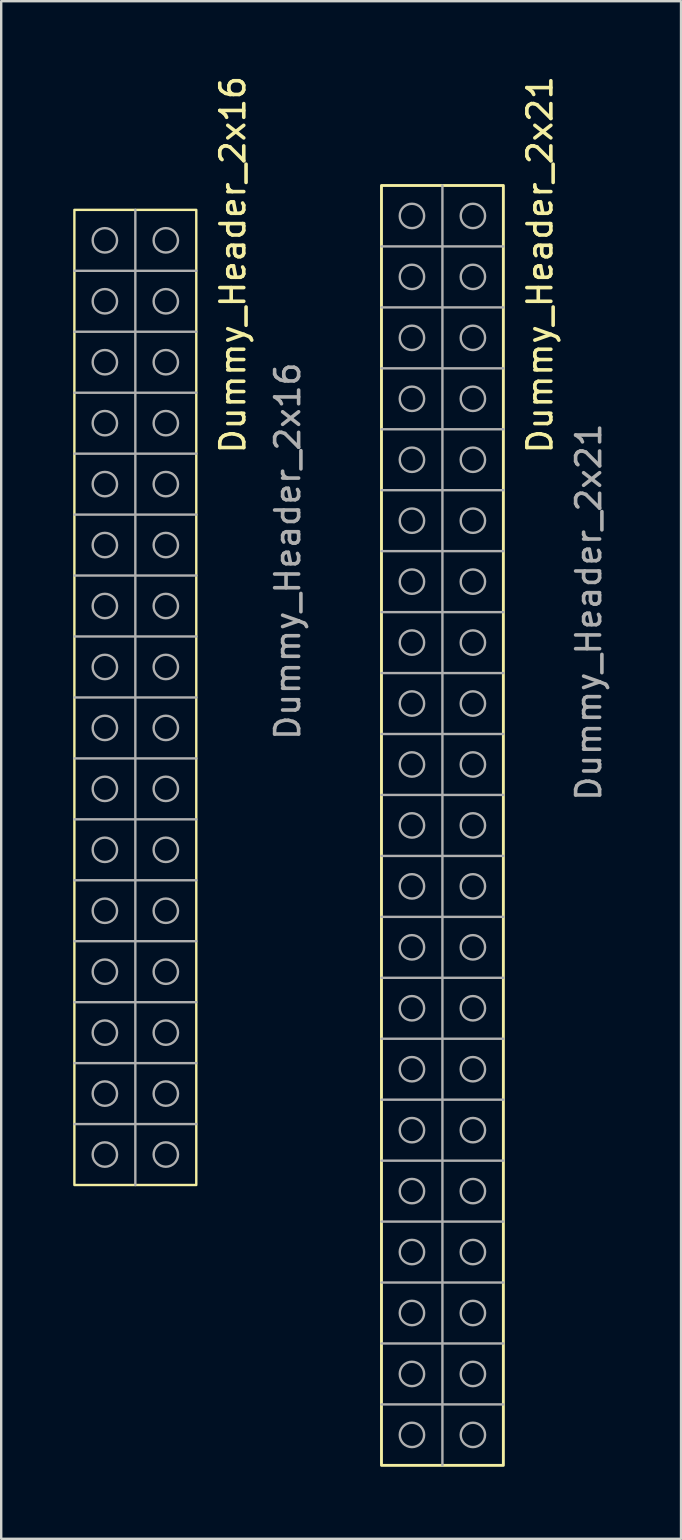
<source format=kicad_pcb>
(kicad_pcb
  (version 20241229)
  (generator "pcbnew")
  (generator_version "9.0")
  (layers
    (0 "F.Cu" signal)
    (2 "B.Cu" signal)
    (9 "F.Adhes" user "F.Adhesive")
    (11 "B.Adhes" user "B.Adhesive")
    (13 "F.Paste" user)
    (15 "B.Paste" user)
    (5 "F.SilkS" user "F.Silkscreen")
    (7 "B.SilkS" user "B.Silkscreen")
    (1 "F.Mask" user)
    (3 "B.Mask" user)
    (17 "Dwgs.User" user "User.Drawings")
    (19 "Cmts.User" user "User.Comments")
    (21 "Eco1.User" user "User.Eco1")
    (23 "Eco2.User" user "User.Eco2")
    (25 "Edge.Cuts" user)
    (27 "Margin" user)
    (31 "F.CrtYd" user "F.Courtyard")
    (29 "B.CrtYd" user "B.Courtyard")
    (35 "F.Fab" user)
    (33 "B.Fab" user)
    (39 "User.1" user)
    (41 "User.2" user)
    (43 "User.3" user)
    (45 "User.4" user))
  (footprint "Dummy_Header_2x16"
    (layer "F.Cu")
    (at 1.32 6.966)
    (property "Reference" "Dummy_Header_2x16" (at 5.334 1.016 90) (unlocked yes) (layer "F.SilkS") (effects (font (size 1 1) (thickness 0.15))))
    (attr through_hole)
    (fp_rect (start -1.27 -1.27) (end 3.81 39.37) (stroke (width 0.1) (type default)) (fill no) (layer "F.SilkS"))
    (fp_line (start -1.27 1.27) (end 3.81 1.27) (stroke (width 0.1) (type default)) (layer "F.Fab"))
    (fp_line (start -1.27 3.81) (end 3.81 3.81) (stroke (width 0.1) (type default)) (layer "F.Fab"))
    (fp_line (start -1.27 6.35) (end 3.81 6.35) (stroke (width 0.1) (type default)) (layer "F.Fab"))
    (fp_line (start -1.27 8.89) (end 3.81 8.89) (stroke (width 0.1) (type default)) (layer "F.Fab"))
    (fp_line (start -1.27 11.43) (end 3.81 11.43) (stroke (width 0.1) (type default)) (layer "F.Fab"))
    (fp_line (start -1.27 13.97) (end 3.81 13.97) (stroke (width 0.1) (type default)) (layer "F.Fab"))
    (fp_line (start -1.27 16.51) (end 3.81 16.51) (stroke (width 0.1) (type default)) (layer "F.Fab"))
    (fp_line (start -1.27 19.05) (end 3.81 19.05) (stroke (width 0.1) (type default)) (layer "F.Fab"))
    (fp_line (start -1.27 21.59) (end 3.81 21.59) (stroke (width 0.1) (type default)) (layer "F.Fab"))
    (fp_line (start -1.27 24.13) (end 3.81 24.13) (stroke (width 0.1) (type default)) (layer "F.Fab"))
    (fp_line (start -1.27 26.67) (end 3.81 26.67) (stroke (width 0.1) (type default)) (layer "F.Fab"))
    (fp_line (start -1.27 29.21) (end 3.81 29.21) (stroke (width 0.1) (type default)) (layer "F.Fab"))
    (fp_line (start -1.27 31.75) (end 3.81 31.75) (stroke (width 0.1) (type default)) (layer "F.Fab"))
    (fp_line (start -1.27 34.29) (end 3.81 34.29) (stroke (width 0.1) (type default)) (layer "F.Fab"))
    (fp_line (start -1.27 36.83) (end 3.81 36.83) (stroke (width 0.1) (type default)) (layer "F.Fab"))
    (fp_line (start 1.27 -1.27) (end 1.27 39.37) (stroke (width 0.1) (type default)) (layer "F.Fab"))
    (fp_circle (center 0 0) (end 0.508 0) (stroke (width 0.1) (type default)) (fill no) (layer "F.Fab"))
    (fp_circle (center 0 2.54) (end 0.508 2.54) (stroke (width 0.1) (type default)) (fill no) (layer "F.Fab"))
    (fp_circle (center 0 5.08) (end 0.508 5.08) (stroke (width 0.1) (type default)) (fill no) (layer "F.Fab"))
    (fp_circle (center 0 7.62) (end 0.508 7.62) (stroke (width 0.1) (type default)) (fill no) (layer "F.Fab"))
    (fp_circle (center 0 10.16) (end 0.508 10.16) (stroke (width 0.1) (type default)) (fill no) (layer "F.Fab"))
    (fp_circle (center 0 12.7) (end 0.508 12.7) (stroke (width 0.1) (type default)) (fill no) (layer "F.Fab"))
    (fp_circle (center 0 15.24) (end 0.508 15.24) (stroke (width 0.1) (type default)) (fill no) (layer "F.Fab"))
    (fp_circle (center 0 17.78) (end 0.508 17.78) (stroke (width 0.1) (type default)) (fill no) (layer "F.Fab"))
    (fp_circle (center 0 20.32) (end 0.508 20.32) (stroke (width 0.1) (type default)) (fill no) (layer "F.Fab"))
    (fp_circle (center 0 22.86) (end 0.508 22.86) (stroke (width 0.1) (type default)) (fill no) (layer "F.Fab"))
    (fp_circle (center 0 25.4) (end 0.508 25.4) (stroke (width 0.1) (type default)) (fill no) (layer "F.Fab"))
    (fp_circle (center 0 27.94) (end 0.508 27.94) (stroke (width 0.1) (type default)) (fill no) (layer "F.Fab"))
    (fp_circle (center 0 30.48) (end 0.508 30.48) (stroke (width 0.1) (type default)) (fill no) (layer "F.Fab"))
    (fp_circle (center 0 33.02) (end 0.508 33.02) (stroke (width 0.1) (type default)) (fill no) (layer "F.Fab"))
    (fp_circle (center 0 35.56) (end 0.508 35.56) (stroke (width 0.1) (type default)) (fill no) (layer "F.Fab"))
    (fp_circle (center 0 38.1) (end 0.508 38.1) (stroke (width 0.1) (type default)) (fill no) (layer "F.Fab"))
    (fp_circle (center 2.54 0) (end 3.048 0) (stroke (width 0.1) (type default)) (fill no) (layer "F.Fab"))
    (fp_circle (center 2.54 2.54) (end 3.048 2.54) (stroke (width 0.1) (type default)) (fill no) (layer "F.Fab"))
    (fp_circle (center 2.54 5.08) (end 3.048 5.08) (stroke (width 0.1) (type default)) (fill no) (layer "F.Fab"))
    (fp_circle (center 2.54 7.62) (end 3.048 7.62) (stroke (width 0.1) (type default)) (fill no) (layer "F.Fab"))
    (fp_circle (center 2.54 10.16) (end 3.048 10.16) (stroke (width 0.1) (type default)) (fill no) (layer "F.Fab"))
    (fp_circle (center 2.54 12.7) (end 3.048 12.7) (stroke (width 0.1) (type default)) (fill no) (layer "F.Fab"))
    (fp_circle (center 2.54 15.24) (end 3.048 15.24) (stroke (width 0.1) (type default)) (fill no) (layer "F.Fab"))
    (fp_circle (center 2.54 17.78) (end 3.048 17.78) (stroke (width 0.1) (type default)) (fill no) (layer "F.Fab"))
    (fp_circle (center 2.54 20.32) (end 3.048 20.32) (stroke (width 0.1) (type default)) (fill no) (layer "F.Fab"))
    (fp_circle (center 2.54 22.86) (end 3.048 22.86) (stroke (width 0.1) (type default)) (fill no) (layer "F.Fab"))
    (fp_circle (center 2.54 25.4) (end 3.048 25.4) (stroke (width 0.1) (type default)) (fill no) (layer "F.Fab"))
    (fp_circle (center 2.54 27.94) (end 3.048 27.94) (stroke (width 0.1) (type default)) (fill no) (layer "F.Fab"))
    (fp_circle (center 2.54 30.48) (end 3.048 30.48) (stroke (width 0.1) (type default)) (fill no) (layer "F.Fab"))
    (fp_circle (center 2.54 33.02) (end 3.048 33.02) (stroke (width 0.1) (type default)) (fill no) (layer "F.Fab"))
    (fp_circle (center 2.54 35.56) (end 3.048 35.56) (stroke (width 0.1) (type default)) (fill no) (layer "F.Fab"))
    (fp_circle (center 2.54 38.1) (end 3.048 38.1) (stroke (width 0.1) (type default)) (fill no) (layer "F.Fab"))
    (fp_text user "${REFERENCE}" (at 7.62 12.954 90) (unlocked yes) (layer "F.Fab") (effects (font (size 1 1) (thickness 0.15)))))
  (footprint "Dummy_Header_2x21"
    (layer "F.Cu")
    (at 14.118 5.95)
    (property "Reference" "Dummy_Header_2x21" (at 5.334 2.032 90) (unlocked yes) (layer "F.SilkS") (effects (font (size 1 1) (thickness 0.15))))
    (attr through_hole)
    (fp_rect (start -1.27 -1.27) (end 3.81 52.07) (stroke (width 0.12) (type default)) (fill no) (layer "F.SilkS"))
    (fp_line (start -1.27 1.27) (end 3.81 1.27) (stroke (width 0.1) (type default)) (layer "F.Fab"))
    (fp_line (start -1.27 3.81) (end 3.81 3.81) (stroke (width 0.1) (type default)) (layer "F.Fab"))
    (fp_line (start -1.27 6.35) (end 3.81 6.35) (stroke (width 0.1) (type default)) (layer "F.Fab"))
    (fp_line (start -1.27 8.89) (end 3.81 8.89) (stroke (width 0.1) (type default)) (layer "F.Fab"))
    (fp_line (start -1.27 11.43) (end 3.81 11.43) (stroke (width 0.1) (type default)) (layer "F.Fab"))
    (fp_line (start -1.27 13.97) (end 3.81 13.97) (stroke (width 0.1) (type default)) (layer "F.Fab"))
    (fp_line (start -1.27 16.51) (end 3.81 16.51) (stroke (width 0.1) (type default)) (layer "F.Fab"))
    (fp_line (start -1.27 19.05) (end 3.81 19.05) (stroke (width 0.1) (type default)) (layer "F.Fab"))
    (fp_line (start -1.27 21.59) (end 3.81 21.59) (stroke (width 0.1) (type default)) (layer "F.Fab"))
    (fp_line (start -1.27 24.13) (end 3.81 24.13) (stroke (width 0.1) (type default)) (layer "F.Fab"))
    (fp_line (start -1.27 26.67) (end 3.81 26.67) (stroke (width 0.1) (type default)) (layer "F.Fab"))
    (fp_line (start -1.27 29.21) (end 3.81 29.21) (stroke (width 0.1) (type default)) (layer "F.Fab"))
    (fp_line (start -1.27 31.75) (end 3.81 31.75) (stroke (width 0.1) (type default)) (layer "F.Fab"))
    (fp_line (start -1.27 34.29) (end 3.81 34.29) (stroke (width 0.1) (type default)) (layer "F.Fab"))
    (fp_line (start -1.27 36.83) (end 3.81 36.83) (stroke (width 0.1) (type default)) (layer "F.Fab"))
    (fp_line (start -1.27 39.37) (end 3.81 39.37) (stroke (width 0.1) (type default)) (layer "F.Fab"))
    (fp_line (start -1.27 41.91) (end 3.81 41.91) (stroke (width 0.1) (type default)) (layer "F.Fab"))
    (fp_line (start -1.27 44.45) (end 3.81 44.45) (stroke (width 0.1) (type default)) (layer "F.Fab"))
    (fp_line (start -1.27 46.99) (end 3.81 46.99) (stroke (width 0.1) (type default)) (layer "F.Fab"))
    (fp_line (start -1.27 49.53) (end 3.81 49.53) (stroke (width 0.1) (type default)) (layer "F.Fab"))
    (fp_line (start 1.27 -1.27) (end 1.27 52.07) (stroke (width 0.1) (type default)) (layer "F.Fab"))
    (fp_circle (center 0 0) (end 0.508 0) (stroke (width 0.1) (type default)) (fill no) (layer "F.Fab"))
    (fp_circle (center 0 2.54) (end 0.508 2.54) (stroke (width 0.1) (type default)) (fill no) (layer "F.Fab"))
    (fp_circle (center 0 5.08) (end 0.508 5.08) (stroke (width 0.1) (type default)) (fill no) (layer "F.Fab"))
    (fp_circle (center 0 7.62) (end 0.508 7.62) (stroke (width 0.1) (type default)) (fill no) (layer "F.Fab"))
    (fp_circle (center 0 10.16) (end 0.508 10.16) (stroke (width 0.1) (type default)) (fill no) (layer "F.Fab"))
    (fp_circle (center 0 12.7) (end 0.508 12.7) (stroke (width 0.1) (type default)) (fill no) (layer "F.Fab"))
    (fp_circle (center 0 15.24) (end 0.508 15.24) (stroke (width 0.1) (type default)) (fill no) (layer "F.Fab"))
    (fp_circle (center 0 17.78) (end 0.508 17.78) (stroke (width 0.1) (type default)) (fill no) (layer "F.Fab"))
    (fp_circle (center 0 20.32) (end 0.508 20.32) (stroke (width 0.1) (type default)) (fill no) (layer "F.Fab"))
    (fp_circle (center 0 22.86) (end 0.508 22.86) (stroke (width 0.1) (type default)) (fill no) (layer "F.Fab"))
    (fp_circle (center 0 25.4) (end 0.508 25.4) (stroke (width 0.1) (type default)) (fill no) (layer "F.Fab"))
    (fp_circle (center 0 27.94) (end 0.508 27.94) (stroke (width 0.1) (type default)) (fill no) (layer "F.Fab"))
    (fp_circle (center 0 30.48) (end 0.508 30.48) (stroke (width 0.1) (type default)) (fill no) (layer "F.Fab"))
    (fp_circle (center 0 33.02) (end 0.508 33.02) (stroke (width 0.1) (type default)) (fill no) (layer "F.Fab"))
    (fp_circle (center 0 35.56) (end 0.508 35.56) (stroke (width 0.1) (type default)) (fill no) (layer "F.Fab"))
    (fp_circle (center 0 38.1) (end 0.508 38.1) (stroke (width 0.1) (type default)) (fill no) (layer "F.Fab"))
    (fp_circle (center 0 40.64) (end 0.508 40.64) (stroke (width 0.1) (type default)) (fill no) (layer "F.Fab"))
    (fp_circle (center 0 43.18) (end 0.508 43.18) (stroke (width 0.1) (type default)) (fill no) (layer "F.Fab"))
    (fp_circle (center 0 45.72) (end 0.508 45.72) (stroke (width 0.1) (type default)) (fill no) (layer "F.Fab"))
    (fp_circle (center 0 48.26) (end 0.508 48.26) (stroke (width 0.1) (type default)) (fill no) (layer "F.Fab"))
    (fp_circle (center 0 50.8) (end 0.508 50.8) (stroke (width 0.1) (type default)) (fill no) (layer "F.Fab"))
    (fp_circle (center 2.54 0) (end 3.048 0) (stroke (width 0.1) (type default)) (fill no) (layer "F.Fab"))
    (fp_circle (center 2.54 2.54) (end 3.048 2.54) (stroke (width 0.1) (type default)) (fill no) (layer "F.Fab"))
    (fp_circle (center 2.54 5.08) (end 3.048 5.08) (stroke (width 0.1) (type default)) (fill no) (layer "F.Fab"))
    (fp_circle (center 2.54 7.62) (end 3.048 7.62) (stroke (width 0.1) (type default)) (fill no) (layer "F.Fab"))
    (fp_circle (center 2.54 10.16) (end 3.048 10.16) (stroke (width 0.1) (type default)) (fill no) (layer "F.Fab"))
    (fp_circle (center 2.54 12.7) (end 3.048 12.7) (stroke (width 0.1) (type default)) (fill no) (layer "F.Fab"))
    (fp_circle (center 2.54 15.24) (end 3.048 15.24) (stroke (width 0.1) (type default)) (fill no) (layer "F.Fab"))
    (fp_circle (center 2.54 17.78) (end 3.048 17.78) (stroke (width 0.1) (type default)) (fill no) (layer "F.Fab"))
    (fp_circle (center 2.54 20.32) (end 3.048 20.32) (stroke (width 0.1) (type default)) (fill no) (layer "F.Fab"))
    (fp_circle (center 2.54 22.86) (end 3.048 22.86) (stroke (width 0.1) (type default)) (fill no) (layer "F.Fab"))
    (fp_circle (center 2.54 25.4) (end 3.048 25.4) (stroke (width 0.1) (type default)) (fill no) (layer "F.Fab"))
    (fp_circle (center 2.54 27.94) (end 3.048 27.94) (stroke (width 0.1) (type default)) (fill no) (layer "F.Fab"))
    (fp_circle (center 2.54 30.48) (end 3.048 30.48) (stroke (width 0.1) (type default)) (fill no) (layer "F.Fab"))
    (fp_circle (center 2.54 33.02) (end 3.048 33.02) (stroke (width 0.1) (type default)) (fill no) (layer "F.Fab"))
    (fp_circle (center 2.54 35.56) (end 3.048 35.56) (stroke (width 0.1) (type default)) (fill no) (layer "F.Fab"))
    (fp_circle (center 2.54 38.1) (end 3.048 38.1) (stroke (width 0.1) (type default)) (fill no) (layer "F.Fab"))
    (fp_circle (center 2.54 40.64) (end 3.048 40.64) (stroke (width 0.1) (type default)) (fill no) (layer "F.Fab"))
    (fp_circle (center 2.54 43.18) (end 3.048 43.18) (stroke (width 0.1) (type default)) (fill no) (layer "F.Fab"))
    (fp_circle (center 2.54 45.72) (end 3.048 45.72) (stroke (width 0.1) (type default)) (fill no) (layer "F.Fab"))
    (fp_circle (center 2.54 48.26) (end 3.048 48.26) (stroke (width 0.1) (type default)) (fill no) (layer "F.Fab"))
    (fp_circle (center 2.54 50.8) (end 3.048 50.8) (stroke (width 0.1) (type default)) (fill no) (layer "F.Fab"))
    (fp_text user "${REFERENCE}" (at 7.366 16.51 90) (unlocked yes) (layer "F.Fab") (effects (font (size 1 1) (thickness 0.15)))))
  (gr_rect
    (start -3 -3)
    (end 25.332 61.08)
    (stroke (width 0.1) (type default))
    (fill no)
    (layer "Edge.Cuts")))
</source>
